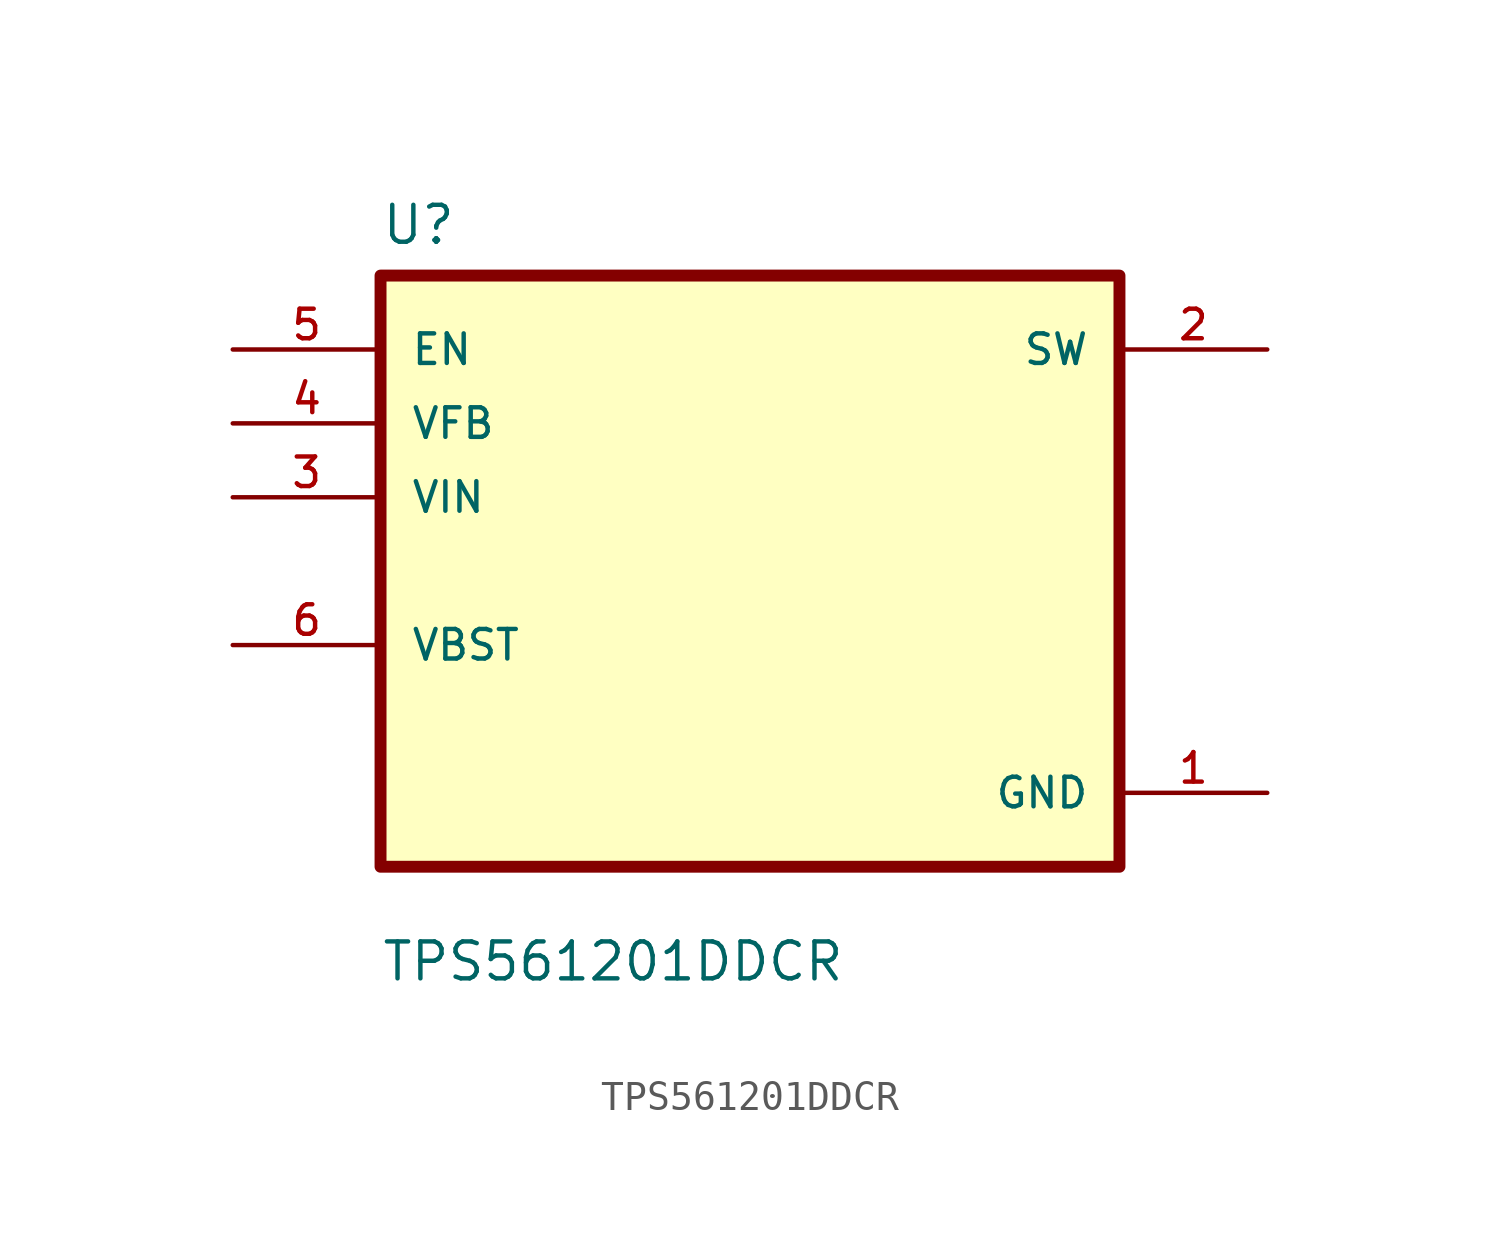
<source format=kicad_sym>
(kicad_symbol_lib
  (version 20211014)
  (generator kicad_symbol_editor)
  (symbol "TPS561201DDCR"
    (pin_names
      (offset 1.016))
    (property "Reference" "U"
      (at -12.7 11.16 0.0)
      (effects (font (size 1.27 1.27)) (justify bottom left)))
    (property "Value" "TPS561201DDCR"
      (at -12.7 -14.16 0.0)
      (effects (font (size 1.27 1.27)) (justify bottom left)))
    (symbol "TPS561201DDCR_0_0"
      (rectangle (start -12.7 -10.16) (end 12.7 10.16) (stroke (width 0.41)) (fill (type background)))
      (pin input line (at -17.78 7.62 0) (length 5.08) (name "EN" (effects (font (size 1.016 1.016)))) (number "5" (effects (font (size 1.016 1.016)))))
      (pin input line (at -17.78 5.08 0) (length 5.08) (name "VFB" (effects (font (size 1.016 1.016)))) (number "4" (effects (font (size 1.016 1.016)))))
      (pin input line (at -17.78 2.54 0) (length 5.08) (name "VIN" (effects (font (size 1.016 1.016)))) (number "3" (effects (font (size 1.016 1.016)))))
      (pin bidirectional line (at -17.78 -2.54 0) (length 5.08) (name "VBST" (effects (font (size 1.016 1.016)))) (number "6" (effects (font (size 1.016 1.016)))))
      (pin output line (at 17.78 7.62 180.0) (length 5.08) (name "SW" (effects (font (size 1.016 1.016)))) (number "2" (effects (font (size 1.016 1.016)))))
      (pin power_in line (at 17.78 -7.62 180.0) (length 5.08) (name "GND" (effects (font (size 1.016 1.016)))) (number "1" (effects (font (size 1.016 1.016))))))))
</source>
